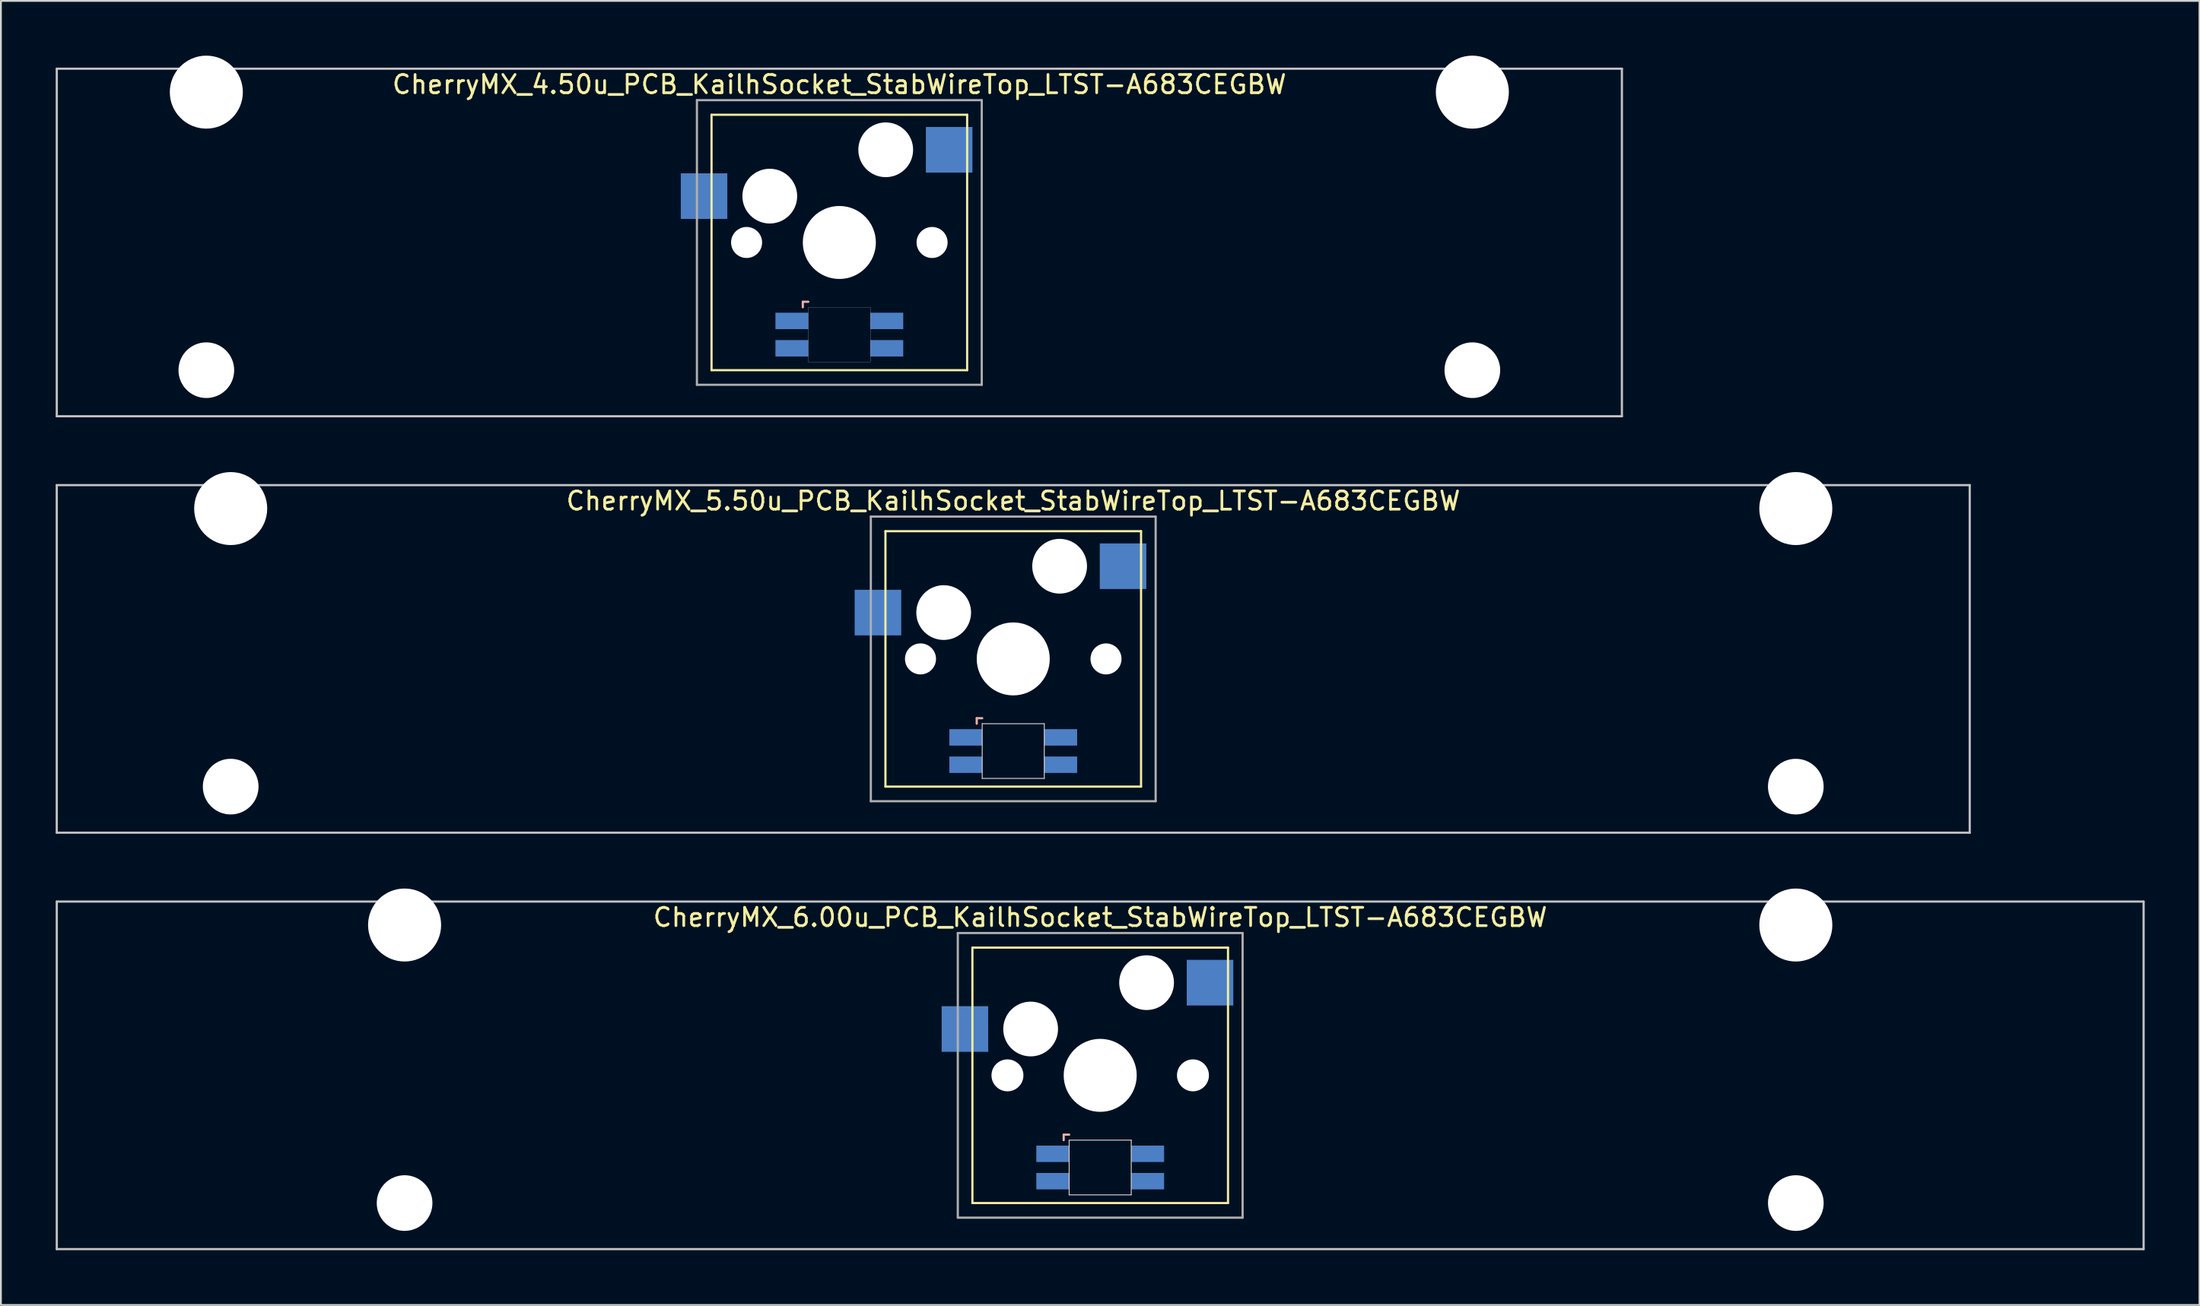
<source format=kicad_pcb>
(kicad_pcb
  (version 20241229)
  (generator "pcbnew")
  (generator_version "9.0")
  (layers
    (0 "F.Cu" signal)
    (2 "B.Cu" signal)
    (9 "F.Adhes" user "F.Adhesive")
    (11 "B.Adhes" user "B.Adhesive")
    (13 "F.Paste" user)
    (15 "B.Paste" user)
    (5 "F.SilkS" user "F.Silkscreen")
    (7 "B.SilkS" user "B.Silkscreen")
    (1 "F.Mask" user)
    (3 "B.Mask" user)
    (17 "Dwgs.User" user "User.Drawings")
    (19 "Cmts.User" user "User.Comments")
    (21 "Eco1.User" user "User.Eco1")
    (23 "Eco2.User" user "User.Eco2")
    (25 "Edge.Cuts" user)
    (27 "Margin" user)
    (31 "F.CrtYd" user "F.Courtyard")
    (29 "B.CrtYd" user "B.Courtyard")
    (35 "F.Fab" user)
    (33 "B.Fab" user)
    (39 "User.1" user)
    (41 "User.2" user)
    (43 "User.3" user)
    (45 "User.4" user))
  (footprint "CherryMX_4.50u_PCB_KailhSocket_StabWireTop_LTST-A683CEGBW"
    (layer "F.Cu")
    (at 42.922 10.24)
    (property "Reference" "CherryMX_4.50u_PCB_KailhSocket_StabWireTop_LTST-A683CEGBW" (at 0 -8.662 0) (layer "F.SilkS") (effects (font (size 1 1) (thickness 0.15))))
    (attr through_hole)
    (fp_line (start -7 -7) (end -7 7) (stroke (width 0.12) (type solid)) (layer "F.SilkS"))
    (fp_line (start -7 -7) (end 7 -7) (stroke (width 0.12) (type solid)) (layer "F.SilkS"))
    (fp_line (start 7 -7) (end 7 7) (stroke (width 0.12) (type solid)) (layer "F.SilkS"))
    (fp_line (start 7 7) (end -7 7) (stroke (width 0.12) (type solid)) (layer "F.SilkS"))
    (fp_line (start -2 3.25) (end -2 3.55) (stroke (width 0.12) (type solid)) (layer "B.SilkS"))
    (fp_line (start -1.7 3.25) (end -2 3.25) (stroke (width 0.12) (type solid)) (layer "B.SilkS"))
    (fp_line (start -42.862 -9.525) (end 42.862 -9.525) (stroke (width 0.12) (type solid)) (layer "Dwgs.User"))
    (fp_line (start -42.862 9.525) (end -42.862 -9.525) (stroke (width 0.12) (type solid)) (layer "Dwgs.User"))
    (fp_line (start 42.862 -9.525) (end 42.862 9.525) (stroke (width 0.12) (type solid)) (layer "Dwgs.User"))
    (fp_line (start 42.862 9.525) (end -42.862 9.525) (stroke (width 0.12) (type solid)) (layer "Dwgs.User"))
    (fp_poly (pts (xy 1.7 6.55) (xy -1.7 6.55) (xy -1.7 3.55) (xy 1.7 3.55)) (stroke (width 0.01) (type solid)) (fill no) (layer "Edge.Cuts"))
    (fp_line (start -7.8 -7.8) (end -7.8 7.8) (stroke (width 0.12) (type solid)) (layer "F.Fab"))
    (fp_line (start -7.8 -7.8) (end 7.8 -7.8) (stroke (width 0.12) (type solid)) (layer "F.Fab"))
    (fp_line (start -7.8 7.8) (end 7.8 7.8) (stroke (width 0.12) (type solid)) (layer "F.Fab"))
    (fp_line (start 7.8 -7.8) (end 7.8 7.8) (stroke (width 0.12) (type solid)) (layer "F.Fab"))
    (pad "" np_thru_hole circle (at -34.671 -8.24) (size 4 4) (drill 4) (layers "*.Cu" "*.Mask"))
    (pad "" np_thru_hole circle (at -34.671 7) (size 3.05 3.05) (drill 3.05) (layers "*.Cu" "*.Mask"))
    (pad "" np_thru_hole circle (at -5.08 0) (size 1.7 1.7) (drill 1.7) (layers "*.Cu" "*.Mask"))
    (pad "" np_thru_hole circle (at -3.81 -2.54) (size 3 3) (drill 3) (layers "*.Cu" "*.Mask"))
    (pad "" np_thru_hole circle (at 0 0) (size 4 4) (drill 4) (layers "*.Cu" "*.Mask"))
    (pad "" np_thru_hole circle (at 2.54 -5.08) (size 3 3) (drill 3) (layers "*.Cu" "*.Mask"))
    (pad "" np_thru_hole circle (at 5.08 0) (size 1.7 1.7) (drill 1.7) (layers "*.Cu" "*.Mask"))
    (pad "" np_thru_hole circle (at 34.671 -8.24) (size 4 4) (drill 4) (layers "*.Cu" "*.Mask"))
    (pad "" np_thru_hole circle (at 34.671 7) (size 3.05 3.05) (drill 3.05) (layers "*.Cu" "*.Mask"))
    (pad "1" smd rect (at -7.41 -2.54) (size 2.55 2.5) (layers "B.Cu" "B.Mask" "B.Paste"))
    (pad "2" smd rect (at 6.015 -5.08) (size 2.55 2.5) (layers "B.Cu" "B.Mask" "B.Paste"))
    (pad "3" smd rect (at -2.6 4.3) (size 1.8 0.9) (layers "B.Cu" "B.Mask" "B.Paste"))
    (pad "4" smd rect (at -2.6 5.8) (size 1.8 0.9) (layers "B.Cu" "B.Mask" "B.Paste"))
    (pad "5" smd rect (at 2.6 4.3) (size 1.8 0.9) (layers "B.Cu" "B.Mask" "B.Paste"))
    (pad "6" smd rect (at 2.6 5.8) (size 1.8 0.9) (layers "B.Cu" "B.Mask" "B.Paste")))
  (footprint "CherryMX_5.50u_PCB_KailhSocket_StabWireTop_LTST-A683CEGBW"
    (layer "F.Cu")
    (at 52.447 33.065)
    (property "Reference" "CherryMX_5.50u_PCB_KailhSocket_StabWireTop_LTST-A683CEGBW" (at 0 -8.662 0) (layer "F.SilkS") (effects (font (size 1 1) (thickness 0.15))))
    (attr through_hole)
    (fp_line (start -7 -7) (end -7 7) (stroke (width 0.12) (type solid)) (layer "F.SilkS"))
    (fp_line (start -7 -7) (end 7 -7) (stroke (width 0.12) (type solid)) (layer "F.SilkS"))
    (fp_line (start 7 -7) (end 7 7) (stroke (width 0.12) (type solid)) (layer "F.SilkS"))
    (fp_line (start 7 7) (end -7 7) (stroke (width 0.12) (type solid)) (layer "F.SilkS"))
    (fp_line (start -2 3.25) (end -2 3.55) (stroke (width 0.12) (type solid)) (layer "B.SilkS"))
    (fp_line (start -1.7 3.25) (end -2 3.25) (stroke (width 0.12) (type solid)) (layer "B.SilkS"))
    (fp_line (start -52.388 -9.525) (end 52.388 -9.525) (stroke (width 0.12) (type solid)) (layer "Dwgs.User"))
    (fp_line (start -52.388 9.525) (end -52.388 -9.525) (stroke (width 0.12) (type solid)) (layer "Dwgs.User"))
    (fp_line (start 52.388 -9.525) (end 52.388 9.525) (stroke (width 0.12) (type solid)) (layer "Dwgs.User"))
    (fp_line (start 52.388 9.525) (end -52.388 9.525) (stroke (width 0.12) (type solid)) (layer "Dwgs.User"))
    (fp_line (start -1.7 3.55) (end 1.7 3.55) (stroke (width 0.05) (type solid)) (layer "Edge.Cuts"))
    (fp_line (start -1.7 6.55) (end -1.7 3.55) (stroke (width 0.05) (type solid)) (layer "Edge.Cuts"))
    (fp_line (start 1.7 3.55) (end 1.7 6.55) (stroke (width 0.05) (type solid)) (layer "Edge.Cuts"))
    (fp_line (start 1.7 6.55) (end -1.7 6.55) (stroke (width 0.05) (type solid)) (layer "Edge.Cuts"))
    (fp_line (start -7.8 -7.8) (end -7.8 7.8) (stroke (width 0.12) (type solid)) (layer "F.Fab"))
    (fp_line (start -7.8 -7.8) (end 7.8 -7.8) (stroke (width 0.12) (type solid)) (layer "F.Fab"))
    (fp_line (start -7.8 7.8) (end 7.8 7.8) (stroke (width 0.12) (type solid)) (layer "F.Fab"))
    (fp_line (start 7.8 -7.8) (end 7.8 7.8) (stroke (width 0.12) (type solid)) (layer "F.Fab"))
    (pad "" np_thru_hole circle (at -42.862 -8.24) (size 4 4) (drill 4) (layers "*.Cu" "*.Mask"))
    (pad "" np_thru_hole circle (at -42.862 7) (size 3.05 3.05) (drill 3.05) (layers "*.Cu" "*.Mask"))
    (pad "" np_thru_hole circle (at -5.08 0) (size 1.7 1.7) (drill 1.7) (layers "*.Cu" "*.Mask"))
    (pad "" np_thru_hole circle (at -3.81 -2.54) (size 3 3) (drill 3) (layers "*.Cu" "*.Mask"))
    (pad "" np_thru_hole circle (at 0 0) (size 4 4) (drill 4) (layers "*.Cu" "*.Mask"))
    (pad "" np_thru_hole circle (at 2.54 -5.08) (size 3 3) (drill 3) (layers "*.Cu" "*.Mask"))
    (pad "" np_thru_hole circle (at 5.08 0) (size 1.7 1.7) (drill 1.7) (layers "*.Cu" "*.Mask"))
    (pad "" np_thru_hole circle (at 42.862 -8.24) (size 4 4) (drill 4) (layers "*.Cu" "*.Mask"))
    (pad "" np_thru_hole circle (at 42.862 7) (size 3.05 3.05) (drill 3.05) (layers "*.Cu" "*.Mask"))
    (pad "1" smd rect (at -7.41 -2.54) (size 2.55 2.5) (layers "B.Cu" "B.Mask" "B.Paste"))
    (pad "2" smd rect (at 6.015 -5.08) (size 2.55 2.5) (layers "B.Cu" "B.Mask" "B.Paste"))
    (pad "3" smd rect (at -2.6 4.3) (size 1.8 0.9) (layers "B.Cu" "B.Mask" "B.Paste"))
    (pad "4" smd rect (at -2.6 5.8) (size 1.8 0.9) (layers "B.Cu" "B.Mask" "B.Paste"))
    (pad "5" smd rect (at 2.6 4.3) (size 1.8 0.9) (layers "B.Cu" "B.Mask" "B.Paste"))
    (pad "6" smd rect (at 2.6 5.8) (size 1.8 0.9) (layers "B.Cu" "B.Mask" "B.Paste")))
  (footprint "CherryMX_6.00u_PCB_KailhSocket_StabWireTop_LTST-A683CEGBW"
    (layer "F.Cu")
    (at 57.21 55.89)
    (property "Reference" "CherryMX_6.00u_PCB_KailhSocket_StabWireTop_LTST-A683CEGBW" (at 0 -8.662 0) (layer "F.SilkS") (effects (font (size 1 1) (thickness 0.15))))
    (attr through_hole)
    (fp_line (start -7 -7) (end -7 7) (stroke (width 0.12) (type solid)) (layer "F.SilkS"))
    (fp_line (start -7 -7) (end 7 -7) (stroke (width 0.12) (type solid)) (layer "F.SilkS"))
    (fp_line (start 7 -7) (end 7 7) (stroke (width 0.12) (type solid)) (layer "F.SilkS"))
    (fp_line (start 7 7) (end -7 7) (stroke (width 0.12) (type solid)) (layer "F.SilkS"))
    (fp_line (start -2 3.25) (end -2 3.55) (stroke (width 0.12) (type solid)) (layer "B.SilkS"))
    (fp_line (start -1.7 3.25) (end -2 3.25) (stroke (width 0.12) (type solid)) (layer "B.SilkS"))
    (fp_line (start -57.15 -9.525) (end 57.15 -9.525) (stroke (width 0.12) (type solid)) (layer "Dwgs.User"))
    (fp_line (start -57.15 9.525) (end -57.15 -9.525) (stroke (width 0.12) (type solid)) (layer "Dwgs.User"))
    (fp_line (start 57.15 -9.525) (end 57.15 9.525) (stroke (width 0.12) (type solid)) (layer "Dwgs.User"))
    (fp_line (start 57.15 9.525) (end -57.15 9.525) (stroke (width 0.12) (type solid)) (layer "Dwgs.User"))
    (fp_line (start -1.7 3.55) (end 1.7 3.55) (stroke (width 0.05) (type solid)) (layer "Edge.Cuts"))
    (fp_line (start -1.7 6.55) (end -1.7 3.55) (stroke (width 0.05) (type solid)) (layer "Edge.Cuts"))
    (fp_line (start 1.7 3.55) (end 1.7 6.55) (stroke (width 0.05) (type solid)) (layer "Edge.Cuts"))
    (fp_line (start 1.7 6.55) (end -1.7 6.55) (stroke (width 0.05) (type solid)) (layer "Edge.Cuts"))
    (fp_line (start -7.8 -7.8) (end -7.8 7.8) (stroke (width 0.12) (type solid)) (layer "F.Fab"))
    (fp_line (start -7.8 -7.8) (end 7.8 -7.8) (stroke (width 0.12) (type solid)) (layer "F.Fab"))
    (fp_line (start -7.8 7.8) (end 7.8 7.8) (stroke (width 0.12) (type solid)) (layer "F.Fab"))
    (fp_line (start 7.8 -7.8) (end 7.8 7.8) (stroke (width 0.12) (type solid)) (layer "F.Fab"))
    (pad "" np_thru_hole circle (at -38.1 -8.24) (size 4 4) (drill 4) (layers "*.Cu" "*.Mask"))
    (pad "" np_thru_hole circle (at -38.1 7) (size 3.05 3.05) (drill 3.05) (layers "*.Cu" "*.Mask"))
    (pad "" np_thru_hole circle (at -5.08 0) (size 1.75 1.75) (drill 1.75) (layers "*.Cu" "*.Mask"))
    (pad "" np_thru_hole circle (at -3.81 -2.54) (size 3 3) (drill 3) (layers "*.Cu" "*.Mask"))
    (pad "" np_thru_hole circle (at 0 0) (size 4 4) (drill 4) (layers "*.Cu" "*.Mask"))
    (pad "" np_thru_hole circle (at 2.54 -5.08) (size 3 3) (drill 3) (layers "*.Cu" "*.Mask"))
    (pad "" np_thru_hole circle (at 5.08 0) (size 1.75 1.75) (drill 1.75) (layers "*.Cu" "*.Mask"))
    (pad "" np_thru_hole circle (at 38.1 -8.24) (size 4 4) (drill 4) (layers "*.Cu" "*.Mask"))
    (pad "" np_thru_hole circle (at 38.1 7) (size 3.05 3.05) (drill 3.05) (layers "*.Cu" "*.Mask"))
    (pad "1" smd rect (at -7.41 -2.54) (size 2.55 2.5) (layers "B.Cu" "B.Mask" "B.Paste"))
    (pad "2" smd rect (at 6.015 -5.08) (size 2.55 2.5) (layers "B.Cu" "B.Mask" "B.Paste"))
    (pad "3" smd rect (at -2.6 4.3) (size 1.8 0.9) (layers "B.Cu" "B.Mask" "B.Paste"))
    (pad "4" smd rect (at -2.6 5.8) (size 1.8 0.9) (layers "B.Cu" "B.Mask" "B.Paste"))
    (pad "5" smd rect (at 2.6 4.3) (size 1.8 0.9) (layers "B.Cu" "B.Mask" "B.Paste"))
    (pad "6" smd rect (at 2.6 5.8) (size 1.8 0.9) (layers "B.Cu" "B.Mask" "B.Paste")))
  (gr_rect
    (start -3 -3)
    (end 117.42 68.475)
    (stroke (width 0.1) (type default))
    (fill no)
    (layer "Edge.Cuts")))
</source>
